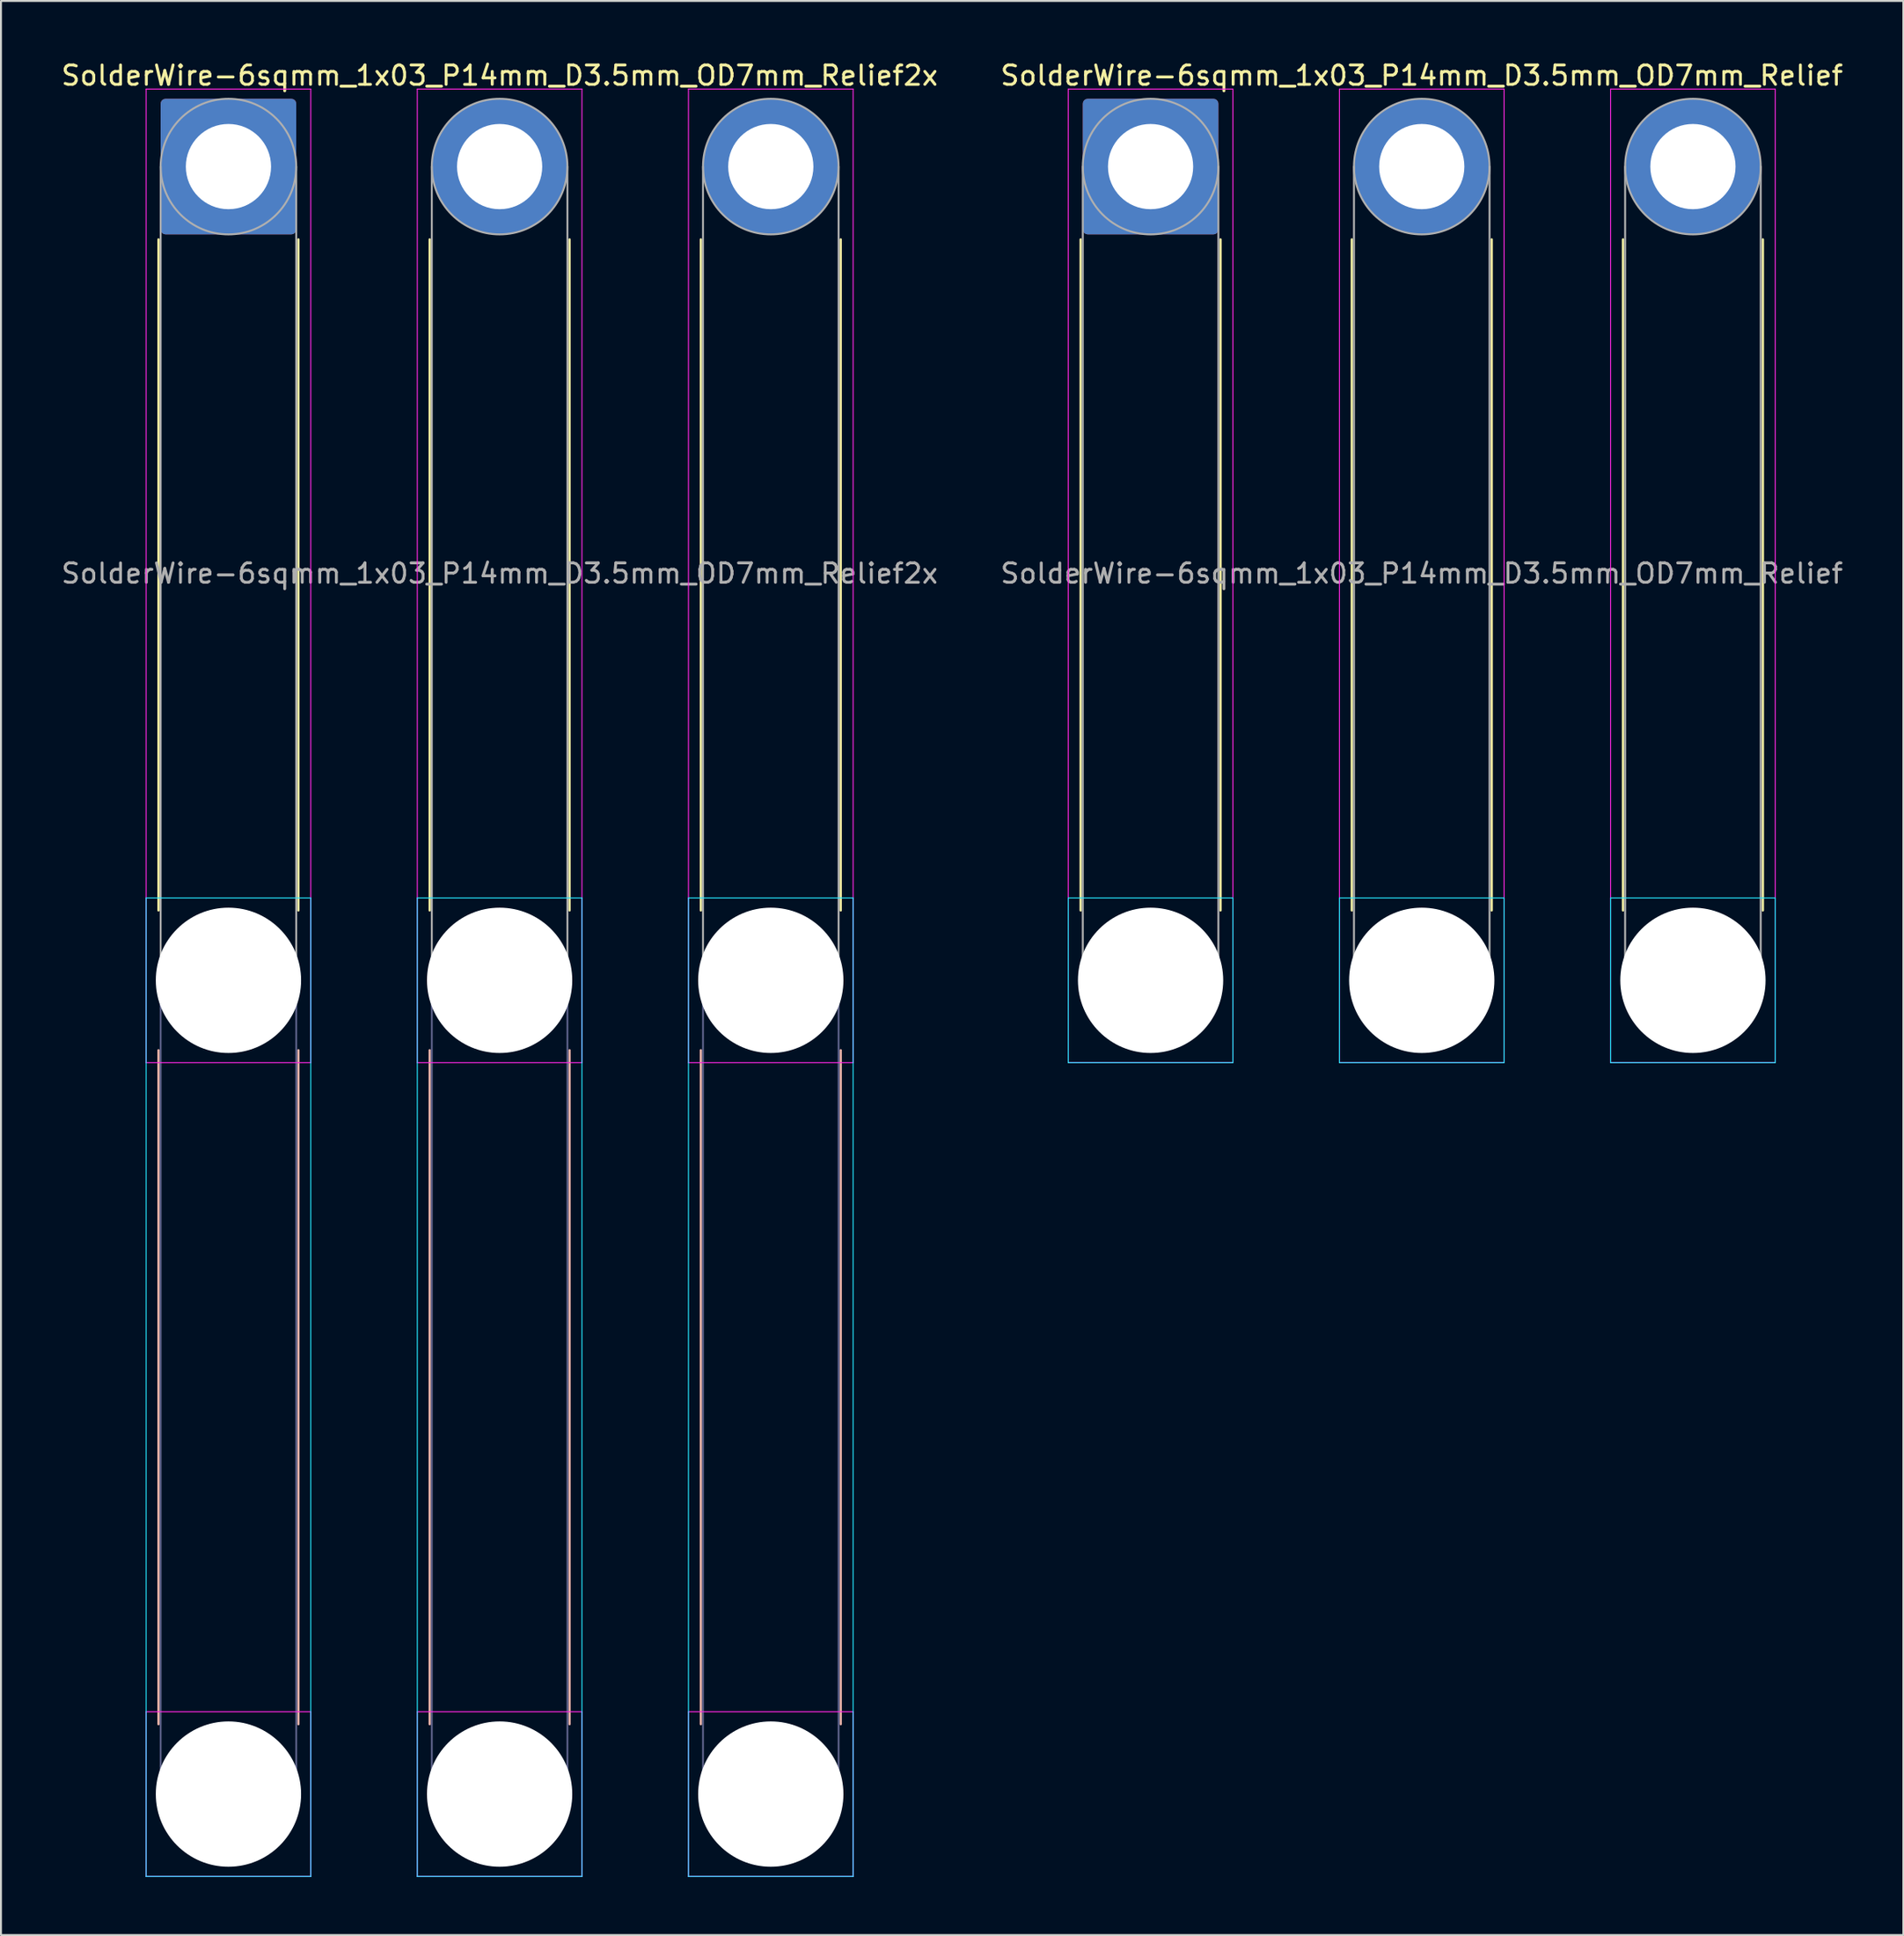
<source format=kicad_pcb>
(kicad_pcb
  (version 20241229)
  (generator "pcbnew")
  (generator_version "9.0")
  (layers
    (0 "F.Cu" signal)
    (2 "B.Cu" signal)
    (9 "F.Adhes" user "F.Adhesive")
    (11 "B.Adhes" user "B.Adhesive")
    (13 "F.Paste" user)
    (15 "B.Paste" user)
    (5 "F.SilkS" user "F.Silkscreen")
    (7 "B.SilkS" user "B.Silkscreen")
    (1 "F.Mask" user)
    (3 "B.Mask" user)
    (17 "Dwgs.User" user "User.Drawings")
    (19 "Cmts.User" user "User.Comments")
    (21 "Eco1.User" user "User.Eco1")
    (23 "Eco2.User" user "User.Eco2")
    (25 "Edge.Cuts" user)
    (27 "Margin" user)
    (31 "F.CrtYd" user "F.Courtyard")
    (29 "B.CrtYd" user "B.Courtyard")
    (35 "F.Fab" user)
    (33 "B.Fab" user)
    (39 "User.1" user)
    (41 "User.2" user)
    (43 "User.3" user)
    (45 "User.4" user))
  (footprint "SolderWire-6sqmm_1x03_P14mm_D3.5mm_OD7mm_Relief2x"
    (layer "F.Cu")
    (at 8.744 5.548)
    (property "Reference" "SolderWire-6sqmm_1x03_P14mm_D3.5mm_OD7mm_Relief2x" (at 14 -4.7 0) (layer "F.SilkS") (effects (font (size 1 1) (thickness 0.15))))
    (attr exclude_from_pos_files exclude_from_bom)
    (fp_line (start -3.61 3.76) (end -3.61 38.39) (stroke (width 0.12) (type solid)) (layer "F.SilkS"))
    (fp_line (start 3.61 3.76) (end 3.61 38.39) (stroke (width 0.12) (type solid)) (layer "F.SilkS"))
    (fp_line (start 10.39 3.76) (end 10.39 38.39) (stroke (width 0.12) (type solid)) (layer "F.SilkS"))
    (fp_line (start 17.61 3.76) (end 17.61 38.39) (stroke (width 0.12) (type solid)) (layer "F.SilkS"))
    (fp_line (start 24.39 3.76) (end 24.39 38.39) (stroke (width 0.12) (type solid)) (layer "F.SilkS"))
    (fp_line (start 31.61 3.76) (end 31.61 38.39) (stroke (width 0.12) (type solid)) (layer "F.SilkS"))
    (fp_line (start -3.61 45.61) (end -3.61 80.39) (stroke (width 0.12) (type solid)) (layer "B.SilkS"))
    (fp_line (start 3.61 45.61) (end 3.61 80.39) (stroke (width 0.12) (type solid)) (layer "B.SilkS"))
    (fp_line (start 10.39 45.61) (end 10.39 80.39) (stroke (width 0.12) (type solid)) (layer "B.SilkS"))
    (fp_line (start 17.61 45.61) (end 17.61 80.39) (stroke (width 0.12) (type solid)) (layer "B.SilkS"))
    (fp_line (start 24.39 45.61) (end 24.39 80.39) (stroke (width 0.12) (type solid)) (layer "B.SilkS"))
    (fp_line (start 31.61 45.61) (end 31.61 80.39) (stroke (width 0.12) (type solid)) (layer "B.SilkS"))
    (fp_line (start -4.25 37.75) (end -4.25 88.25) (stroke (width 0.05) (type solid)) (layer "B.CrtYd"))
    (fp_line (start -4.25 88.25) (end 4.25 88.25) (stroke (width 0.05) (type solid)) (layer "B.CrtYd"))
    (fp_line (start 4.25 37.75) (end -4.25 37.75) (stroke (width 0.05) (type solid)) (layer "B.CrtYd"))
    (fp_line (start 4.25 88.25) (end 4.25 37.75) (stroke (width 0.05) (type solid)) (layer "B.CrtYd"))
    (fp_line (start 9.75 37.75) (end 9.75 88.25) (stroke (width 0.05) (type solid)) (layer "B.CrtYd"))
    (fp_line (start 9.75 88.25) (end 18.25 88.25) (stroke (width 0.05) (type solid)) (layer "B.CrtYd"))
    (fp_line (start 18.25 37.75) (end 9.75 37.75) (stroke (width 0.05) (type solid)) (layer "B.CrtYd"))
    (fp_line (start 18.25 88.25) (end 18.25 37.75) (stroke (width 0.05) (type solid)) (layer "B.CrtYd"))
    (fp_line (start 23.75 37.75) (end 23.75 88.25) (stroke (width 0.05) (type solid)) (layer "B.CrtYd"))
    (fp_line (start 23.75 88.25) (end 32.25 88.25) (stroke (width 0.05) (type solid)) (layer "B.CrtYd"))
    (fp_line (start 32.25 37.75) (end 23.75 37.75) (stroke (width 0.05) (type solid)) (layer "B.CrtYd"))
    (fp_line (start 32.25 88.25) (end 32.25 37.75) (stroke (width 0.05) (type solid)) (layer "B.CrtYd"))
    (fp_line (start -4.25 -4) (end -4.25 46.25) (stroke (width 0.05) (type solid)) (layer "F.CrtYd"))
    (fp_line (start -4.25 46.25) (end 4.25 46.25) (stroke (width 0.05) (type solid)) (layer "F.CrtYd"))
    (fp_line (start -4.25 79.75) (end -4.25 88.25) (stroke (width 0.05) (type solid)) (layer "F.CrtYd"))
    (fp_line (start -4.25 88.25) (end 4.25 88.25) (stroke (width 0.05) (type solid)) (layer "F.CrtYd"))
    (fp_line (start 4.25 -4) (end -4.25 -4) (stroke (width 0.05) (type solid)) (layer "F.CrtYd"))
    (fp_line (start 4.25 46.25) (end 4.25 -4) (stroke (width 0.05) (type solid)) (layer "F.CrtYd"))
    (fp_line (start 4.25 79.75) (end -4.25 79.75) (stroke (width 0.05) (type solid)) (layer "F.CrtYd"))
    (fp_line (start 4.25 88.25) (end 4.25 79.75) (stroke (width 0.05) (type solid)) (layer "F.CrtYd"))
    (fp_line (start 9.75 -4) (end 9.75 46.25) (stroke (width 0.05) (type solid)) (layer "F.CrtYd"))
    (fp_line (start 9.75 46.25) (end 18.25 46.25) (stroke (width 0.05) (type solid)) (layer "F.CrtYd"))
    (fp_line (start 9.75 79.75) (end 9.75 88.25) (stroke (width 0.05) (type solid)) (layer "F.CrtYd"))
    (fp_line (start 9.75 88.25) (end 18.25 88.25) (stroke (width 0.05) (type solid)) (layer "F.CrtYd"))
    (fp_line (start 18.25 -4) (end 9.75 -4) (stroke (width 0.05) (type solid)) (layer "F.CrtYd"))
    (fp_line (start 18.25 46.25) (end 18.25 -4) (stroke (width 0.05) (type solid)) (layer "F.CrtYd"))
    (fp_line (start 18.25 79.75) (end 9.75 79.75) (stroke (width 0.05) (type solid)) (layer "F.CrtYd"))
    (fp_line (start 18.25 88.25) (end 18.25 79.75) (stroke (width 0.05) (type solid)) (layer "F.CrtYd"))
    (fp_line (start 23.75 -4) (end 23.75 46.25) (stroke (width 0.05) (type solid)) (layer "F.CrtYd"))
    (fp_line (start 23.75 46.25) (end 32.25 46.25) (stroke (width 0.05) (type solid)) (layer "F.CrtYd"))
    (fp_line (start 23.75 79.75) (end 23.75 88.25) (stroke (width 0.05) (type solid)) (layer "F.CrtYd"))
    (fp_line (start 23.75 88.25) (end 32.25 88.25) (stroke (width 0.05) (type solid)) (layer "F.CrtYd"))
    (fp_line (start 32.25 -4) (end 23.75 -4) (stroke (width 0.05) (type solid)) (layer "F.CrtYd"))
    (fp_line (start 32.25 46.25) (end 32.25 -4) (stroke (width 0.05) (type solid)) (layer "F.CrtYd"))
    (fp_line (start 32.25 79.75) (end 23.75 79.75) (stroke (width 0.05) (type solid)) (layer "F.CrtYd"))
    (fp_line (start 32.25 88.25) (end 32.25 79.75) (stroke (width 0.05) (type solid)) (layer "F.CrtYd"))
    (fp_line (start -3.5 42) (end -3.5 84) (stroke (width 0.1) (type solid)) (layer "B.Fab"))
    (fp_line (start 3.5 42) (end 3.5 84) (stroke (width 0.1) (type solid)) (layer "B.Fab"))
    (fp_line (start 10.5 42) (end 10.5 84) (stroke (width 0.1) (type solid)) (layer "B.Fab"))
    (fp_line (start 17.5 42) (end 17.5 84) (stroke (width 0.1) (type solid)) (layer "B.Fab"))
    (fp_line (start 24.5 42) (end 24.5 84) (stroke (width 0.1) (type solid)) (layer "B.Fab"))
    (fp_line (start 31.5 42) (end 31.5 84) (stroke (width 0.1) (type solid)) (layer "B.Fab"))
    (fp_circle (center 0 42) (end 3.5 42) (stroke (width 0.1) (type solid)) (fill no) (layer "B.Fab"))
    (fp_circle (center 0 84) (end 3.5 84) (stroke (width 0.1) (type solid)) (fill no) (layer "B.Fab"))
    (fp_circle (center 14 42) (end 17.5 42) (stroke (width 0.1) (type solid)) (fill no) (layer "B.Fab"))
    (fp_circle (center 14 84) (end 17.5 84) (stroke (width 0.1) (type solid)) (fill no) (layer "B.Fab"))
    (fp_circle (center 28 42) (end 31.5 42) (stroke (width 0.1) (type solid)) (fill no) (layer "B.Fab"))
    (fp_circle (center 28 84) (end 31.5 84) (stroke (width 0.1) (type solid)) (fill no) (layer "B.Fab"))
    (fp_line (start -3.5 0) (end -3.5 42) (stroke (width 0.1) (type solid)) (layer "F.Fab"))
    (fp_line (start 3.5 0) (end 3.5 42) (stroke (width 0.1) (type solid)) (layer "F.Fab"))
    (fp_line (start 10.5 0) (end 10.5 42) (stroke (width 0.1) (type solid)) (layer "F.Fab"))
    (fp_line (start 17.5 0) (end 17.5 42) (stroke (width 0.1) (type solid)) (layer "F.Fab"))
    (fp_line (start 24.5 0) (end 24.5 42) (stroke (width 0.1) (type solid)) (layer "F.Fab"))
    (fp_line (start 31.5 0) (end 31.5 42) (stroke (width 0.1) (type solid)) (layer "F.Fab"))
    (fp_circle (center 0 0) (end 3.5 0) (stroke (width 0.1) (type solid)) (fill no) (layer "F.Fab"))
    (fp_circle (center 0 42) (end 3.5 42) (stroke (width 0.1) (type solid)) (fill no) (layer "F.Fab"))
    (fp_circle (center 0 84) (end 3.5 84) (stroke (width 0.1) (type solid)) (fill no) (layer "F.Fab"))
    (fp_circle (center 14 0) (end 17.5 0) (stroke (width 0.1) (type solid)) (fill no) (layer "F.Fab"))
    (fp_circle (center 14 42) (end 17.5 42) (stroke (width 0.1) (type solid)) (fill no) (layer "F.Fab"))
    (fp_circle (center 14 84) (end 17.5 84) (stroke (width 0.1) (type solid)) (fill no) (layer "F.Fab"))
    (fp_circle (center 28 0) (end 31.5 0) (stroke (width 0.1) (type solid)) (fill no) (layer "F.Fab"))
    (fp_circle (center 28 42) (end 31.5 42) (stroke (width 0.1) (type solid)) (fill no) (layer "F.Fab"))
    (fp_circle (center 28 84) (end 31.5 84) (stroke (width 0.1) (type solid)) (fill no) (layer "F.Fab"))
    (fp_text user "${REFERENCE}" (at 14 21 0) (layer "F.Fab") (effects (font (size 1 1) (thickness 0.15))))
    (pad "" np_thru_hole circle (at 0 42) (size 7.5 7.5) (drill 7.5) (layers "*.Cu" "*.Mask"))
    (pad "" np_thru_hole circle (at 0 84) (size 7.5 7.5) (drill 7.5) (layers "*.Cu" "*.Mask"))
    (pad "" np_thru_hole circle (at 14 42) (size 7.5 7.5) (drill 7.5) (layers "*.Cu" "*.Mask"))
    (pad "" np_thru_hole circle (at 14 84) (size 7.5 7.5) (drill 7.5) (layers "*.Cu" "*.Mask"))
    (pad "" np_thru_hole circle (at 28 42) (size 7.5 7.5) (drill 7.5) (layers "*.Cu" "*.Mask"))
    (pad "" np_thru_hole circle (at 28 84) (size 7.5 7.5) (drill 7.5) (layers "*.Cu" "*.Mask"))
    (pad "1" thru_hole roundrect (at 0 0) (size 7 7) (drill 4.4) (layers "*.Cu" "*.Mask") (roundrect_rratio 0.036))
    (pad "2" thru_hole circle (at 14 0) (size 7 7) (drill 4.4) (layers "*.Cu" "*.Mask"))
    (pad "3" thru_hole circle (at 28 0) (size 7 7) (drill 4.4) (layers "*.Cu" "*.Mask")))
  (footprint "SolderWire-6sqmm_1x03_P14mm_D3.5mm_OD7mm_Relief"
    (layer "F.Cu")
    (at 56.351 5.548)
    (property "Reference" "SolderWire-6sqmm_1x03_P14mm_D3.5mm_OD7mm_Relief" (at 14 -4.7 0) (layer "F.SilkS") (effects (font (size 1 1) (thickness 0.15))))
    (attr exclude_from_pos_files exclude_from_bom)
    (fp_line (start -3.61 3.76) (end -3.61 38.39) (stroke (width 0.12) (type solid)) (layer "F.SilkS"))
    (fp_line (start 3.61 3.76) (end 3.61 38.39) (stroke (width 0.12) (type solid)) (layer "F.SilkS"))
    (fp_line (start 10.39 3.76) (end 10.39 38.39) (stroke (width 0.12) (type solid)) (layer "F.SilkS"))
    (fp_line (start 17.61 3.76) (end 17.61 38.39) (stroke (width 0.12) (type solid)) (layer "F.SilkS"))
    (fp_line (start 24.39 3.76) (end 24.39 38.39) (stroke (width 0.12) (type solid)) (layer "F.SilkS"))
    (fp_line (start 31.61 3.76) (end 31.61 38.39) (stroke (width 0.12) (type solid)) (layer "F.SilkS"))
    (fp_line (start -4.25 37.75) (end -4.25 46.25) (stroke (width 0.05) (type solid)) (layer "B.CrtYd"))
    (fp_line (start -4.25 46.25) (end 4.25 46.25) (stroke (width 0.05) (type solid)) (layer "B.CrtYd"))
    (fp_line (start 4.25 37.75) (end -4.25 37.75) (stroke (width 0.05) (type solid)) (layer "B.CrtYd"))
    (fp_line (start 4.25 46.25) (end 4.25 37.75) (stroke (width 0.05) (type solid)) (layer "B.CrtYd"))
    (fp_line (start 9.75 37.75) (end 9.75 46.25) (stroke (width 0.05) (type solid)) (layer "B.CrtYd"))
    (fp_line (start 9.75 46.25) (end 18.25 46.25) (stroke (width 0.05) (type solid)) (layer "B.CrtYd"))
    (fp_line (start 18.25 37.75) (end 9.75 37.75) (stroke (width 0.05) (type solid)) (layer "B.CrtYd"))
    (fp_line (start 18.25 46.25) (end 18.25 37.75) (stroke (width 0.05) (type solid)) (layer "B.CrtYd"))
    (fp_line (start 23.75 37.75) (end 23.75 46.25) (stroke (width 0.05) (type solid)) (layer "B.CrtYd"))
    (fp_line (start 23.75 46.25) (end 32.25 46.25) (stroke (width 0.05) (type solid)) (layer "B.CrtYd"))
    (fp_line (start 32.25 37.75) (end 23.75 37.75) (stroke (width 0.05) (type solid)) (layer "B.CrtYd"))
    (fp_line (start 32.25 46.25) (end 32.25 37.75) (stroke (width 0.05) (type solid)) (layer "B.CrtYd"))
    (fp_line (start -4.25 -4) (end -4.25 46.25) (stroke (width 0.05) (type solid)) (layer "F.CrtYd"))
    (fp_line (start -4.25 46.25) (end 4.25 46.25) (stroke (width 0.05) (type solid)) (layer "F.CrtYd"))
    (fp_line (start 4.25 -4) (end -4.25 -4) (stroke (width 0.05) (type solid)) (layer "F.CrtYd"))
    (fp_line (start 4.25 46.25) (end 4.25 -4) (stroke (width 0.05) (type solid)) (layer "F.CrtYd"))
    (fp_line (start 9.75 -4) (end 9.75 46.25) (stroke (width 0.05) (type solid)) (layer "F.CrtYd"))
    (fp_line (start 9.75 46.25) (end 18.25 46.25) (stroke (width 0.05) (type solid)) (layer "F.CrtYd"))
    (fp_line (start 18.25 -4) (end 9.75 -4) (stroke (width 0.05) (type solid)) (layer "F.CrtYd"))
    (fp_line (start 18.25 46.25) (end 18.25 -4) (stroke (width 0.05) (type solid)) (layer "F.CrtYd"))
    (fp_line (start 23.75 -4) (end 23.75 46.25) (stroke (width 0.05) (type solid)) (layer "F.CrtYd"))
    (fp_line (start 23.75 46.25) (end 32.25 46.25) (stroke (width 0.05) (type solid)) (layer "F.CrtYd"))
    (fp_line (start 32.25 -4) (end 23.75 -4) (stroke (width 0.05) (type solid)) (layer "F.CrtYd"))
    (fp_line (start 32.25 46.25) (end 32.25 -4) (stroke (width 0.05) (type solid)) (layer "F.CrtYd"))
    (fp_line (start -3.5 0) (end -3.5 42) (stroke (width 0.1) (type solid)) (layer "F.Fab"))
    (fp_line (start 3.5 0) (end 3.5 42) (stroke (width 0.1) (type solid)) (layer "F.Fab"))
    (fp_line (start 10.5 0) (end 10.5 42) (stroke (width 0.1) (type solid)) (layer "F.Fab"))
    (fp_line (start 17.5 0) (end 17.5 42) (stroke (width 0.1) (type solid)) (layer "F.Fab"))
    (fp_line (start 24.5 0) (end 24.5 42) (stroke (width 0.1) (type solid)) (layer "F.Fab"))
    (fp_line (start 31.5 0) (end 31.5 42) (stroke (width 0.1) (type solid)) (layer "F.Fab"))
    (fp_circle (center 0 0) (end 3.5 0) (stroke (width 0.1) (type solid)) (fill no) (layer "F.Fab"))
    (fp_circle (center 0 42) (end 3.5 42) (stroke (width 0.1) (type solid)) (fill no) (layer "F.Fab"))
    (fp_circle (center 14 0) (end 17.5 0) (stroke (width 0.1) (type solid)) (fill no) (layer "F.Fab"))
    (fp_circle (center 14 42) (end 17.5 42) (stroke (width 0.1) (type solid)) (fill no) (layer "F.Fab"))
    (fp_circle (center 28 0) (end 31.5 0) (stroke (width 0.1) (type solid)) (fill no) (layer "F.Fab"))
    (fp_circle (center 28 42) (end 31.5 42) (stroke (width 0.1) (type solid)) (fill no) (layer "F.Fab"))
    (fp_text user "${REFERENCE}" (at 14 21 0) (layer "F.Fab") (effects (font (size 1 1) (thickness 0.15))))
    (pad "" np_thru_hole circle (at 0 42) (size 7.5 7.5) (drill 7.5) (layers "*.Cu" "*.Mask"))
    (pad "" np_thru_hole circle (at 14 42) (size 7.5 7.5) (drill 7.5) (layers "*.Cu" "*.Mask"))
    (pad "" np_thru_hole circle (at 28 42) (size 7.5 7.5) (drill 7.5) (layers "*.Cu" "*.Mask"))
    (pad "1" thru_hole roundrect (at 0 0) (size 7 7) (drill 4.4) (layers "*.Cu" "*.Mask") (roundrect_rratio 0.036))
    (pad "2" thru_hole circle (at 14 0) (size 7 7) (drill 4.4) (layers "*.Cu" "*.Mask"))
    (pad "3" thru_hole circle (at 28 0) (size 7 7) (drill 4.4) (layers "*.Cu" "*.Mask")))
  (gr_rect
    (start -3 -3)
    (end 95.214 96.823)
    (stroke (width 0.1) (type default))
    (fill no)
    (layer "Edge.Cuts")))
</source>
